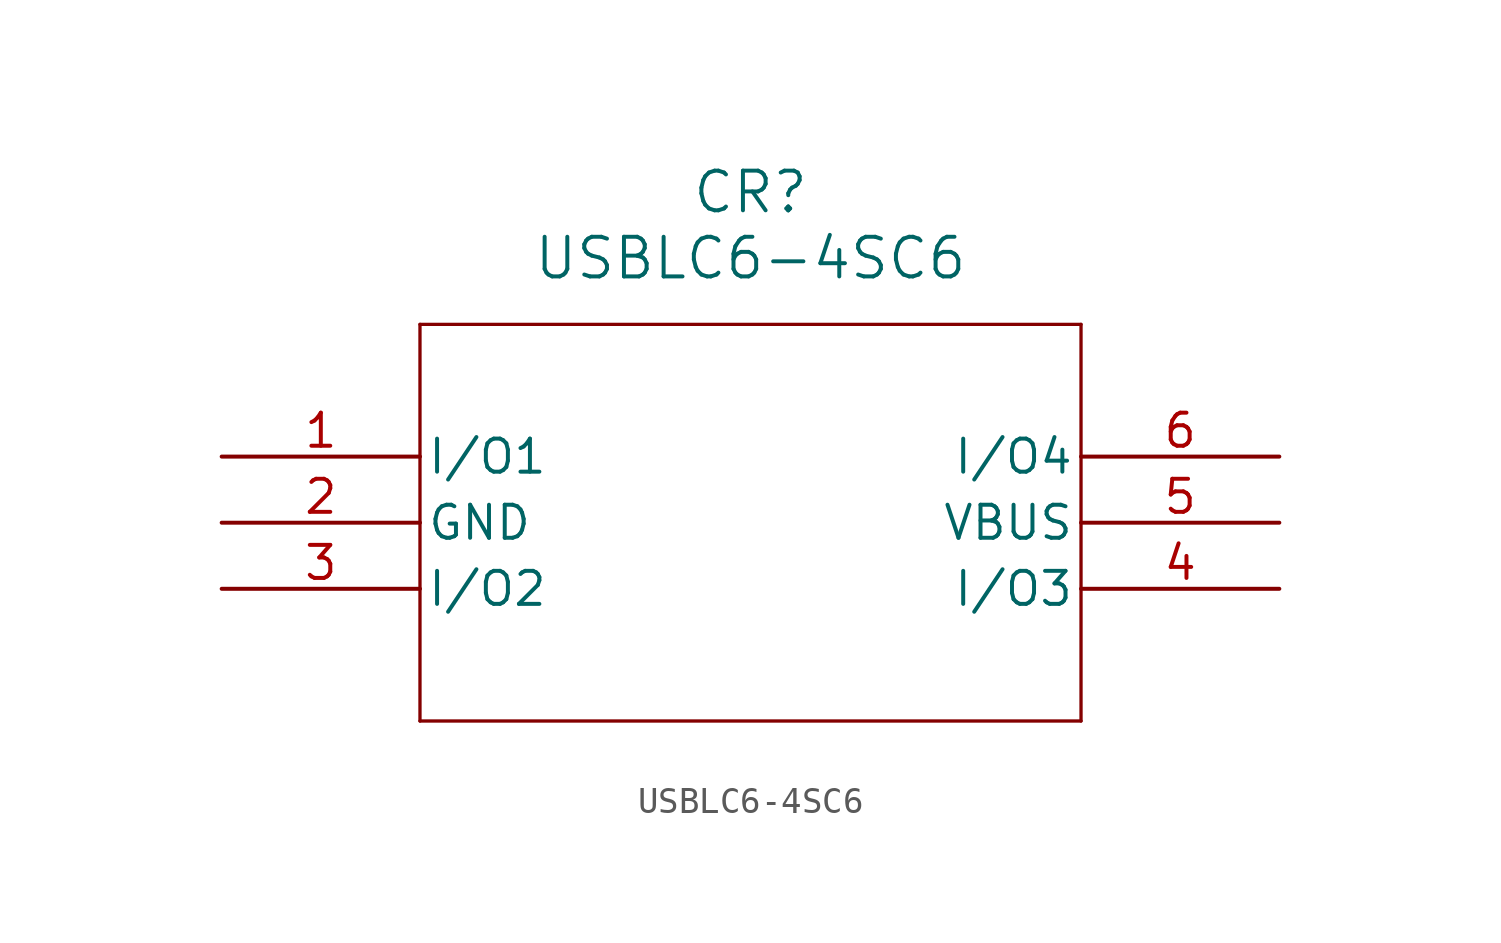
<source format=kicad_sym>
(kicad_symbol_lib
  (version 20211014)
  (generator kicad_symbol_editor)
  (symbol "USBLC6-4SC6"
    (pin_names
      (offset 0.254))
    (property "Reference" "CR"
      (at 20.32 10.16 0)
      (effects (font (size 1.524 1.524))))
    (property "Value" "USBLC6-4SC6"
      (at 20.32 7.62 0)
      (effects (font (size 1.524 1.524))))
    (symbol "USBLC6-4SC6_0_1"
      (polyline (pts (xy 7.62 5.08) (xy 7.62 -10.16)) (stroke (width 0.127) (type default) (color 0 0 0 0)) (fill (type none)))
      (polyline (pts (xy 7.62 -10.16) (xy 33.02 -10.16)) (stroke (width 0.127) (type default) (color 0 0 0 0)) (fill (type none)))
      (polyline (pts (xy 33.02 -10.16) (xy 33.02 5.08)) (stroke (width 0.127) (type default) (color 0 0 0 0)) (fill (type none)))
      (polyline (pts (xy 33.02 5.08) (xy 7.62 5.08)) (stroke (width 0.127) (type default) (color 0 0 0 0)) (fill (type none)))
      (pin bidirectional line (at 0 0 0) (length 7.62) (name "I/O1" (effects (font (size 1.27 1.27)))) (number "1" (effects (font (size 1.27 1.27)))))
      (pin power_in line (at 0 -2.54 0) (length 7.62) (name "GND" (effects (font (size 1.27 1.27)))) (number "2" (effects (font (size 1.27 1.27)))))
      (pin bidirectional line (at 0 -5.08 0) (length 7.62) (name "I/O2" (effects (font (size 1.27 1.27)))) (number "3" (effects (font (size 1.27 1.27)))))
      (pin bidirectional line (at 40.64 -5.08 180) (length 7.62) (name "I/O3" (effects (font (size 1.27 1.27)))) (number "4" (effects (font (size 1.27 1.27)))))
      (pin power_in line (at 40.64 -2.54 180) (length 7.62) (name "VBUS" (effects (font (size 1.27 1.27)))) (number "5" (effects (font (size 1.27 1.27)))))
      (pin bidirectional line (at 40.64 0 180) (length 7.62) (name "I/O4" (effects (font (size 1.27 1.27)))) (number "6" (effects (font (size 1.27 1.27))))))))
</source>
